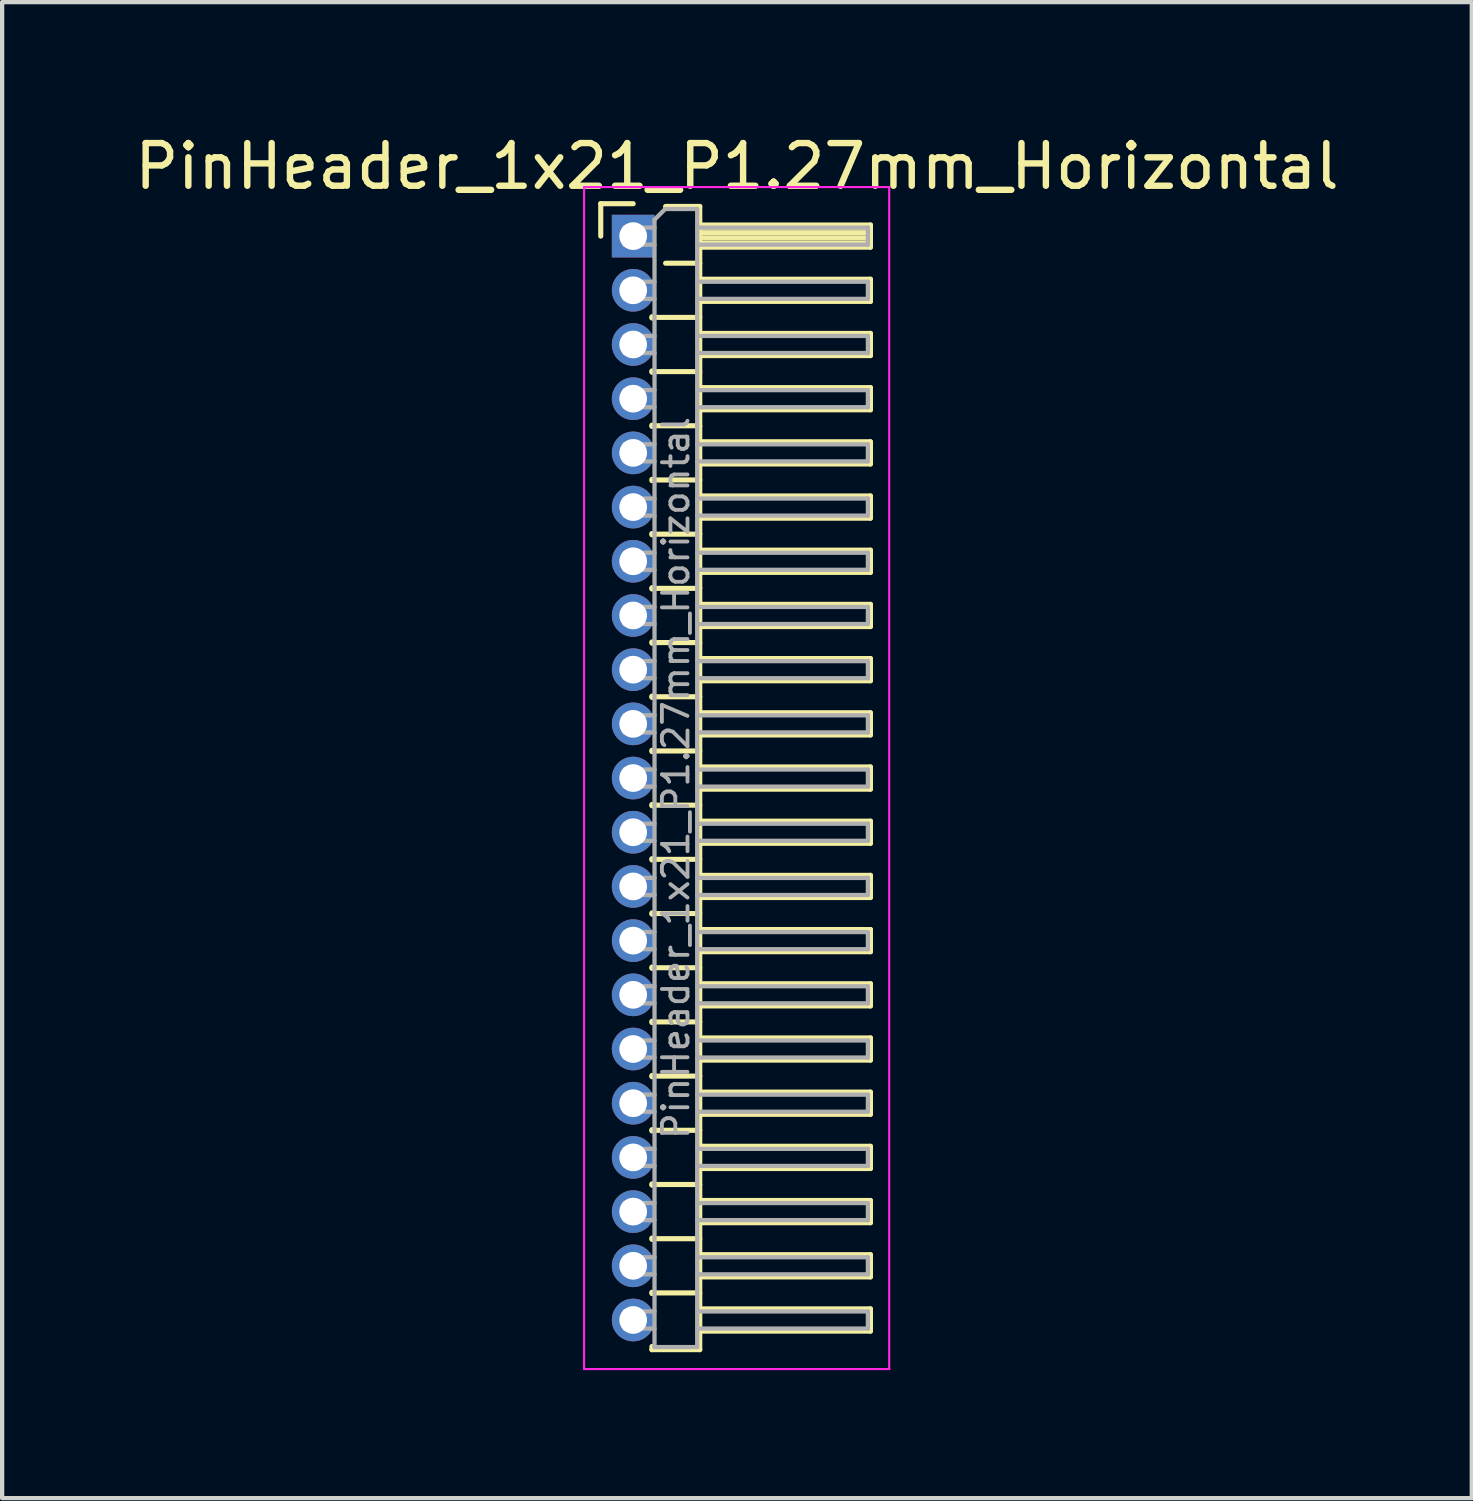
<source format=kicad_pcb>
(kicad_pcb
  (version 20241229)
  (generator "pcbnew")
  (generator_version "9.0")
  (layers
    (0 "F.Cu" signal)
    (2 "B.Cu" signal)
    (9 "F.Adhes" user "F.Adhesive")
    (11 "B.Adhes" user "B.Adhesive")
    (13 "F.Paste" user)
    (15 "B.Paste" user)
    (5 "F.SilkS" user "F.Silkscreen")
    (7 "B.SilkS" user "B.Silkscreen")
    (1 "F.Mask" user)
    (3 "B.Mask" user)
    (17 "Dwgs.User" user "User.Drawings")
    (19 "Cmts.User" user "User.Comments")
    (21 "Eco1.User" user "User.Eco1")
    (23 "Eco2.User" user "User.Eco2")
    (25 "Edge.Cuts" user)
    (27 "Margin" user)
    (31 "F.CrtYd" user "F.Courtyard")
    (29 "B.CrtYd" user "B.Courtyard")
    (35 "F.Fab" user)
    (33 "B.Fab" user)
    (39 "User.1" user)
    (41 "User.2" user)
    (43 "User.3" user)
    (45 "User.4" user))
  (footprint "PinHeader_1x21_P1.27mm_Horizontal"
    (layer "F.Cu")
    (at 11.788 2.483)
    (property "Reference" "PinHeader_1x21_P1.27mm_Horizontal" (at 2.433 -1.635 0) (layer "F.SilkS") (effects (font (size 1 1) (thickness 0.15))))
    (attr through_hole)
    (fp_line (start -0.76 -0.76) (end 0 -0.76) (stroke (width 0.12) (type solid)) (layer "F.SilkS"))
    (fp_line (start -0.76 0) (end -0.76 -0.76) (stroke (width 0.12) (type solid)) (layer "F.SilkS"))
    (fp_line (start 0.44 1.89) (end 0.44 1.92) (stroke (width 0.12) (type solid)) (layer "F.SilkS"))
    (fp_line (start 0.44 1.905) (end 1.56 1.905) (stroke (width 0.12) (type solid)) (layer "F.SilkS"))
    (fp_line (start 0.44 3.16) (end 0.44 3.19) (stroke (width 0.12) (type solid)) (layer "F.SilkS"))
    (fp_line (start 0.44 3.175) (end 1.56 3.175) (stroke (width 0.12) (type solid)) (layer "F.SilkS"))
    (fp_line (start 0.44 4.43) (end 0.44 4.46) (stroke (width 0.12) (type solid)) (layer "F.SilkS"))
    (fp_line (start 0.44 4.445) (end 1.56 4.445) (stroke (width 0.12) (type solid)) (layer "F.SilkS"))
    (fp_line (start 0.44 5.7) (end 0.44 5.73) (stroke (width 0.12) (type solid)) (layer "F.SilkS"))
    (fp_line (start 0.44 5.715) (end 1.56 5.715) (stroke (width 0.12) (type solid)) (layer "F.SilkS"))
    (fp_line (start 0.44 6.97) (end 0.44 7) (stroke (width 0.12) (type solid)) (layer "F.SilkS"))
    (fp_line (start 0.44 6.985) (end 1.56 6.985) (stroke (width 0.12) (type solid)) (layer "F.SilkS"))
    (fp_line (start 0.44 8.24) (end 0.44 8.27) (stroke (width 0.12) (type solid)) (layer "F.SilkS"))
    (fp_line (start 0.44 8.255) (end 1.56 8.255) (stroke (width 0.12) (type solid)) (layer "F.SilkS"))
    (fp_line (start 0.44 9.51) (end 0.44 9.54) (stroke (width 0.12) (type solid)) (layer "F.SilkS"))
    (fp_line (start 0.44 9.525) (end 1.56 9.525) (stroke (width 0.12) (type solid)) (layer "F.SilkS"))
    (fp_line (start 0.44 10.78) (end 0.44 10.81) (stroke (width 0.12) (type solid)) (layer "F.SilkS"))
    (fp_line (start 0.44 10.795) (end 1.56 10.795) (stroke (width 0.12) (type solid)) (layer "F.SilkS"))
    (fp_line (start 0.44 12.05) (end 0.44 12.08) (stroke (width 0.12) (type solid)) (layer "F.SilkS"))
    (fp_line (start 0.44 12.065) (end 1.56 12.065) (stroke (width 0.12) (type solid)) (layer "F.SilkS"))
    (fp_line (start 0.44 13.32) (end 0.44 13.35) (stroke (width 0.12) (type solid)) (layer "F.SilkS"))
    (fp_line (start 0.44 13.335) (end 1.56 13.335) (stroke (width 0.12) (type solid)) (layer "F.SilkS"))
    (fp_line (start 0.44 14.59) (end 0.44 14.62) (stroke (width 0.12) (type solid)) (layer "F.SilkS"))
    (fp_line (start 0.44 14.605) (end 1.56 14.605) (stroke (width 0.12) (type solid)) (layer "F.SilkS"))
    (fp_line (start 0.44 15.86) (end 0.44 15.89) (stroke (width 0.12) (type solid)) (layer "F.SilkS"))
    (fp_line (start 0.44 15.875) (end 1.56 15.875) (stroke (width 0.12) (type solid)) (layer "F.SilkS"))
    (fp_line (start 0.44 17.13) (end 0.44 17.16) (stroke (width 0.12) (type solid)) (layer "F.SilkS"))
    (fp_line (start 0.44 17.145) (end 1.56 17.145) (stroke (width 0.12) (type solid)) (layer "F.SilkS"))
    (fp_line (start 0.44 18.4) (end 0.44 18.43) (stroke (width 0.12) (type solid)) (layer "F.SilkS"))
    (fp_line (start 0.44 18.415) (end 1.56 18.415) (stroke (width 0.12) (type solid)) (layer "F.SilkS"))
    (fp_line (start 0.44 19.67) (end 0.44 19.7) (stroke (width 0.12) (type solid)) (layer "F.SilkS"))
    (fp_line (start 0.44 19.685) (end 1.56 19.685) (stroke (width 0.12) (type solid)) (layer "F.SilkS"))
    (fp_line (start 0.44 20.94) (end 0.44 20.97) (stroke (width 0.12) (type solid)) (layer "F.SilkS"))
    (fp_line (start 0.44 20.955) (end 1.56 20.955) (stroke (width 0.12) (type solid)) (layer "F.SilkS"))
    (fp_line (start 0.44 22.21) (end 0.44 22.24) (stroke (width 0.12) (type solid)) (layer "F.SilkS"))
    (fp_line (start 0.44 22.225) (end 1.56 22.225) (stroke (width 0.12) (type solid)) (layer "F.SilkS"))
    (fp_line (start 0.44 23.48) (end 0.44 23.51) (stroke (width 0.12) (type solid)) (layer "F.SilkS"))
    (fp_line (start 0.44 23.495) (end 1.56 23.495) (stroke (width 0.12) (type solid)) (layer "F.SilkS"))
    (fp_line (start 0.44 24.75) (end 0.44 24.78) (stroke (width 0.12) (type solid)) (layer "F.SilkS"))
    (fp_line (start 0.44 24.765) (end 1.56 24.765) (stroke (width 0.12) (type solid)) (layer "F.SilkS"))
    (fp_line (start 0.44 26.095) (end 0.44 26.02) (stroke (width 0.12) (type solid)) (layer "F.SilkS"))
    (fp_line (start 0.76 -0.695) (end 1.56 -0.695) (stroke (width 0.12) (type solid)) (layer "F.SilkS"))
    (fp_line (start 0.76 0.635) (end 1.56 0.635) (stroke (width 0.12) (type solid)) (layer "F.SilkS"))
    (fp_line (start 1.56 -0.695) (end 1.56 26.095) (stroke (width 0.12) (type solid)) (layer "F.SilkS"))
    (fp_line (start 1.56 -0.26) (end 5.56 -0.26) (stroke (width 0.12) (type solid)) (layer "F.SilkS"))
    (fp_line (start 1.56 -0.2) (end 5.56 -0.2) (stroke (width 0.12) (type solid)) (layer "F.SilkS"))
    (fp_line (start 1.56 -0.08) (end 5.56 -0.08) (stroke (width 0.12) (type solid)) (layer "F.SilkS"))
    (fp_line (start 1.56 0.04) (end 5.56 0.04) (stroke (width 0.12) (type solid)) (layer "F.SilkS"))
    (fp_line (start 1.56 0.16) (end 5.56 0.16) (stroke (width 0.12) (type solid)) (layer "F.SilkS"))
    (fp_line (start 1.56 1.01) (end 5.56 1.01) (stroke (width 0.12) (type solid)) (layer "F.SilkS"))
    (fp_line (start 1.56 2.28) (end 5.56 2.28) (stroke (width 0.12) (type solid)) (layer "F.SilkS"))
    (fp_line (start 1.56 3.55) (end 5.56 3.55) (stroke (width 0.12) (type solid)) (layer "F.SilkS"))
    (fp_line (start 1.56 4.82) (end 5.56 4.82) (stroke (width 0.12) (type solid)) (layer "F.SilkS"))
    (fp_line (start 1.56 6.09) (end 5.56 6.09) (stroke (width 0.12) (type solid)) (layer "F.SilkS"))
    (fp_line (start 1.56 7.36) (end 5.56 7.36) (stroke (width 0.12) (type solid)) (layer "F.SilkS"))
    (fp_line (start 1.56 8.63) (end 5.56 8.63) (stroke (width 0.12) (type solid)) (layer "F.SilkS"))
    (fp_line (start 1.56 9.9) (end 5.56 9.9) (stroke (width 0.12) (type solid)) (layer "F.SilkS"))
    (fp_line (start 1.56 11.17) (end 5.56 11.17) (stroke (width 0.12) (type solid)) (layer "F.SilkS"))
    (fp_line (start 1.56 12.44) (end 5.56 12.44) (stroke (width 0.12) (type solid)) (layer "F.SilkS"))
    (fp_line (start 1.56 13.71) (end 5.56 13.71) (stroke (width 0.12) (type solid)) (layer "F.SilkS"))
    (fp_line (start 1.56 14.98) (end 5.56 14.98) (stroke (width 0.12) (type solid)) (layer "F.SilkS"))
    (fp_line (start 1.56 16.25) (end 5.56 16.25) (stroke (width 0.12) (type solid)) (layer "F.SilkS"))
    (fp_line (start 1.56 17.52) (end 5.56 17.52) (stroke (width 0.12) (type solid)) (layer "F.SilkS"))
    (fp_line (start 1.56 18.79) (end 5.56 18.79) (stroke (width 0.12) (type solid)) (layer "F.SilkS"))
    (fp_line (start 1.56 20.06) (end 5.56 20.06) (stroke (width 0.12) (type solid)) (layer "F.SilkS"))
    (fp_line (start 1.56 21.33) (end 5.56 21.33) (stroke (width 0.12) (type solid)) (layer "F.SilkS"))
    (fp_line (start 1.56 22.6) (end 5.56 22.6) (stroke (width 0.12) (type solid)) (layer "F.SilkS"))
    (fp_line (start 1.56 23.87) (end 5.56 23.87) (stroke (width 0.12) (type solid)) (layer "F.SilkS"))
    (fp_line (start 1.56 25.14) (end 5.56 25.14) (stroke (width 0.12) (type solid)) (layer "F.SilkS"))
    (fp_line (start 1.56 26.095) (end 0.44 26.095) (stroke (width 0.12) (type solid)) (layer "F.SilkS"))
    (fp_line (start 5.56 -0.26) (end 5.56 0.26) (stroke (width 0.12) (type solid)) (layer "F.SilkS"))
    (fp_line (start 5.56 0.26) (end 1.56 0.26) (stroke (width 0.12) (type solid)) (layer "F.SilkS"))
    (fp_line (start 5.56 1.01) (end 5.56 1.53) (stroke (width 0.12) (type solid)) (layer "F.SilkS"))
    (fp_line (start 5.56 1.53) (end 1.56 1.53) (stroke (width 0.12) (type solid)) (layer "F.SilkS"))
    (fp_line (start 5.56 2.28) (end 5.56 2.8) (stroke (width 0.12) (type solid)) (layer "F.SilkS"))
    (fp_line (start 5.56 2.8) (end 1.56 2.8) (stroke (width 0.12) (type solid)) (layer "F.SilkS"))
    (fp_line (start 5.56 3.55) (end 5.56 4.07) (stroke (width 0.12) (type solid)) (layer "F.SilkS"))
    (fp_line (start 5.56 4.07) (end 1.56 4.07) (stroke (width 0.12) (type solid)) (layer "F.SilkS"))
    (fp_line (start 5.56 4.82) (end 5.56 5.34) (stroke (width 0.12) (type solid)) (layer "F.SilkS"))
    (fp_line (start 5.56 5.34) (end 1.56 5.34) (stroke (width 0.12) (type solid)) (layer "F.SilkS"))
    (fp_line (start 5.56 6.09) (end 5.56 6.61) (stroke (width 0.12) (type solid)) (layer "F.SilkS"))
    (fp_line (start 5.56 6.61) (end 1.56 6.61) (stroke (width 0.12) (type solid)) (layer "F.SilkS"))
    (fp_line (start 5.56 7.36) (end 5.56 7.88) (stroke (width 0.12) (type solid)) (layer "F.SilkS"))
    (fp_line (start 5.56 7.88) (end 1.56 7.88) (stroke (width 0.12) (type solid)) (layer "F.SilkS"))
    (fp_line (start 5.56 8.63) (end 5.56 9.15) (stroke (width 0.12) (type solid)) (layer "F.SilkS"))
    (fp_line (start 5.56 9.15) (end 1.56 9.15) (stroke (width 0.12) (type solid)) (layer "F.SilkS"))
    (fp_line (start 5.56 9.9) (end 5.56 10.42) (stroke (width 0.12) (type solid)) (layer "F.SilkS"))
    (fp_line (start 5.56 10.42) (end 1.56 10.42) (stroke (width 0.12) (type solid)) (layer "F.SilkS"))
    (fp_line (start 5.56 11.17) (end 5.56 11.69) (stroke (width 0.12) (type solid)) (layer "F.SilkS"))
    (fp_line (start 5.56 11.69) (end 1.56 11.69) (stroke (width 0.12) (type solid)) (layer "F.SilkS"))
    (fp_line (start 5.56 12.44) (end 5.56 12.96) (stroke (width 0.12) (type solid)) (layer "F.SilkS"))
    (fp_line (start 5.56 12.96) (end 1.56 12.96) (stroke (width 0.12) (type solid)) (layer "F.SilkS"))
    (fp_line (start 5.56 13.71) (end 5.56 14.23) (stroke (width 0.12) (type solid)) (layer "F.SilkS"))
    (fp_line (start 5.56 14.23) (end 1.56 14.23) (stroke (width 0.12) (type solid)) (layer "F.SilkS"))
    (fp_line (start 5.56 14.98) (end 5.56 15.5) (stroke (width 0.12) (type solid)) (layer "F.SilkS"))
    (fp_line (start 5.56 15.5) (end 1.56 15.5) (stroke (width 0.12) (type solid)) (layer "F.SilkS"))
    (fp_line (start 5.56 16.25) (end 5.56 16.77) (stroke (width 0.12) (type solid)) (layer "F.SilkS"))
    (fp_line (start 5.56 16.77) (end 1.56 16.77) (stroke (width 0.12) (type solid)) (layer "F.SilkS"))
    (fp_line (start 5.56 17.52) (end 5.56 18.04) (stroke (width 0.12) (type solid)) (layer "F.SilkS"))
    (fp_line (start 5.56 18.04) (end 1.56 18.04) (stroke (width 0.12) (type solid)) (layer "F.SilkS"))
    (fp_line (start 5.56 18.79) (end 5.56 19.31) (stroke (width 0.12) (type solid)) (layer "F.SilkS"))
    (fp_line (start 5.56 19.31) (end 1.56 19.31) (stroke (width 0.12) (type solid)) (layer "F.SilkS"))
    (fp_line (start 5.56 20.06) (end 5.56 20.58) (stroke (width 0.12) (type solid)) (layer "F.SilkS"))
    (fp_line (start 5.56 20.58) (end 1.56 20.58) (stroke (width 0.12) (type solid)) (layer "F.SilkS"))
    (fp_line (start 5.56 21.33) (end 5.56 21.85) (stroke (width 0.12) (type solid)) (layer "F.SilkS"))
    (fp_line (start 5.56 21.85) (end 1.56 21.85) (stroke (width 0.12) (type solid)) (layer "F.SilkS"))
    (fp_line (start 5.56 22.6) (end 5.56 23.12) (stroke (width 0.12) (type solid)) (layer "F.SilkS"))
    (fp_line (start 5.56 23.12) (end 1.56 23.12) (stroke (width 0.12) (type solid)) (layer "F.SilkS"))
    (fp_line (start 5.56 23.87) (end 5.56 24.39) (stroke (width 0.12) (type solid)) (layer "F.SilkS"))
    (fp_line (start 5.56 24.39) (end 1.56 24.39) (stroke (width 0.12) (type solid)) (layer "F.SilkS"))
    (fp_line (start 5.56 25.14) (end 5.56 25.66) (stroke (width 0.12) (type solid)) (layer "F.SilkS"))
    (fp_line (start 5.56 25.66) (end 1.56 25.66) (stroke (width 0.12) (type solid)) (layer "F.SilkS"))
    (fp_line (start -1.15 -1.15) (end -1.15 26.55) (stroke (width 0.05) (type solid)) (layer "F.CrtYd"))
    (fp_line (start -1.15 26.55) (end 6 26.55) (stroke (width 0.05) (type solid)) (layer "F.CrtYd"))
    (fp_line (start 6 -1.15) (end -1.15 -1.15) (stroke (width 0.05) (type solid)) (layer "F.CrtYd"))
    (fp_line (start 6 26.55) (end 6 -1.15) (stroke (width 0.05) (type solid)) (layer "F.CrtYd"))
    (fp_line (start -0.2 -0.2) (end -0.2 0.2) (stroke (width 0.1) (type solid)) (layer "F.Fab"))
    (fp_line (start -0.2 -0.2) (end 0.5 -0.2) (stroke (width 0.1) (type solid)) (layer "F.Fab"))
    (fp_line (start -0.2 0.2) (end 0.5 0.2) (stroke (width 0.1) (type solid)) (layer "F.Fab"))
    (fp_line (start -0.2 1.07) (end -0.2 1.47) (stroke (width 0.1) (type solid)) (layer "F.Fab"))
    (fp_line (start -0.2 1.07) (end 0.5 1.07) (stroke (width 0.1) (type solid)) (layer "F.Fab"))
    (fp_line (start -0.2 1.47) (end 0.5 1.47) (stroke (width 0.1) (type solid)) (layer "F.Fab"))
    (fp_line (start -0.2 2.34) (end -0.2 2.74) (stroke (width 0.1) (type solid)) (layer "F.Fab"))
    (fp_line (start -0.2 2.34) (end 0.5 2.34) (stroke (width 0.1) (type solid)) (layer "F.Fab"))
    (fp_line (start -0.2 2.74) (end 0.5 2.74) (stroke (width 0.1) (type solid)) (layer "F.Fab"))
    (fp_line (start -0.2 3.61) (end -0.2 4.01) (stroke (width 0.1) (type solid)) (layer "F.Fab"))
    (fp_line (start -0.2 3.61) (end 0.5 3.61) (stroke (width 0.1) (type solid)) (layer "F.Fab"))
    (fp_line (start -0.2 4.01) (end 0.5 4.01) (stroke (width 0.1) (type solid)) (layer "F.Fab"))
    (fp_line (start -0.2 4.88) (end -0.2 5.28) (stroke (width 0.1) (type solid)) (layer "F.Fab"))
    (fp_line (start -0.2 4.88) (end 0.5 4.88) (stroke (width 0.1) (type solid)) (layer "F.Fab"))
    (fp_line (start -0.2 5.28) (end 0.5 5.28) (stroke (width 0.1) (type solid)) (layer "F.Fab"))
    (fp_line (start -0.2 6.15) (end -0.2 6.55) (stroke (width 0.1) (type solid)) (layer "F.Fab"))
    (fp_line (start -0.2 6.15) (end 0.5 6.15) (stroke (width 0.1) (type solid)) (layer "F.Fab"))
    (fp_line (start -0.2 6.55) (end 0.5 6.55) (stroke (width 0.1) (type solid)) (layer "F.Fab"))
    (fp_line (start -0.2 7.42) (end -0.2 7.82) (stroke (width 0.1) (type solid)) (layer "F.Fab"))
    (fp_line (start -0.2 7.42) (end 0.5 7.42) (stroke (width 0.1) (type solid)) (layer "F.Fab"))
    (fp_line (start -0.2 7.82) (end 0.5 7.82) (stroke (width 0.1) (type solid)) (layer "F.Fab"))
    (fp_line (start -0.2 8.69) (end -0.2 9.09) (stroke (width 0.1) (type solid)) (layer "F.Fab"))
    (fp_line (start -0.2 8.69) (end 0.5 8.69) (stroke (width 0.1) (type solid)) (layer "F.Fab"))
    (fp_line (start -0.2 9.09) (end 0.5 9.09) (stroke (width 0.1) (type solid)) (layer "F.Fab"))
    (fp_line (start -0.2 9.96) (end -0.2 10.36) (stroke (width 0.1) (type solid)) (layer "F.Fab"))
    (fp_line (start -0.2 9.96) (end 0.5 9.96) (stroke (width 0.1) (type solid)) (layer "F.Fab"))
    (fp_line (start -0.2 10.36) (end 0.5 10.36) (stroke (width 0.1) (type solid)) (layer "F.Fab"))
    (fp_line (start -0.2 11.23) (end -0.2 11.63) (stroke (width 0.1) (type solid)) (layer "F.Fab"))
    (fp_line (start -0.2 11.23) (end 0.5 11.23) (stroke (width 0.1) (type solid)) (layer "F.Fab"))
    (fp_line (start -0.2 11.63) (end 0.5 11.63) (stroke (width 0.1) (type solid)) (layer "F.Fab"))
    (fp_line (start -0.2 12.5) (end -0.2 12.9) (stroke (width 0.1) (type solid)) (layer "F.Fab"))
    (fp_line (start -0.2 12.5) (end 0.5 12.5) (stroke (width 0.1) (type solid)) (layer "F.Fab"))
    (fp_line (start -0.2 12.9) (end 0.5 12.9) (stroke (width 0.1) (type solid)) (layer "F.Fab"))
    (fp_line (start -0.2 13.77) (end -0.2 14.17) (stroke (width 0.1) (type solid)) (layer "F.Fab"))
    (fp_line (start -0.2 13.77) (end 0.5 13.77) (stroke (width 0.1) (type solid)) (layer "F.Fab"))
    (fp_line (start -0.2 14.17) (end 0.5 14.17) (stroke (width 0.1) (type solid)) (layer "F.Fab"))
    (fp_line (start -0.2 15.04) (end -0.2 15.44) (stroke (width 0.1) (type solid)) (layer "F.Fab"))
    (fp_line (start -0.2 15.04) (end 0.5 15.04) (stroke (width 0.1) (type solid)) (layer "F.Fab"))
    (fp_line (start -0.2 15.44) (end 0.5 15.44) (stroke (width 0.1) (type solid)) (layer "F.Fab"))
    (fp_line (start -0.2 16.31) (end -0.2 16.71) (stroke (width 0.1) (type solid)) (layer "F.Fab"))
    (fp_line (start -0.2 16.31) (end 0.5 16.31) (stroke (width 0.1) (type solid)) (layer "F.Fab"))
    (fp_line (start -0.2 16.71) (end 0.5 16.71) (stroke (width 0.1) (type solid)) (layer "F.Fab"))
    (fp_line (start -0.2 17.58) (end -0.2 17.98) (stroke (width 0.1) (type solid)) (layer "F.Fab"))
    (fp_line (start -0.2 17.58) (end 0.5 17.58) (stroke (width 0.1) (type solid)) (layer "F.Fab"))
    (fp_line (start -0.2 17.98) (end 0.5 17.98) (stroke (width 0.1) (type solid)) (layer "F.Fab"))
    (fp_line (start -0.2 18.85) (end -0.2 19.25) (stroke (width 0.1) (type solid)) (layer "F.Fab"))
    (fp_line (start -0.2 18.85) (end 0.5 18.85) (stroke (width 0.1) (type solid)) (layer "F.Fab"))
    (fp_line (start -0.2 19.25) (end 0.5 19.25) (stroke (width 0.1) (type solid)) (layer "F.Fab"))
    (fp_line (start -0.2 20.12) (end -0.2 20.52) (stroke (width 0.1) (type solid)) (layer "F.Fab"))
    (fp_line (start -0.2 20.12) (end 0.5 20.12) (stroke (width 0.1) (type solid)) (layer "F.Fab"))
    (fp_line (start -0.2 20.52) (end 0.5 20.52) (stroke (width 0.1) (type solid)) (layer "F.Fab"))
    (fp_line (start -0.2 21.39) (end -0.2 21.79) (stroke (width 0.1) (type solid)) (layer "F.Fab"))
    (fp_line (start -0.2 21.39) (end 0.5 21.39) (stroke (width 0.1) (type solid)) (layer "F.Fab"))
    (fp_line (start -0.2 21.79) (end 0.5 21.79) (stroke (width 0.1) (type solid)) (layer "F.Fab"))
    (fp_line (start -0.2 22.66) (end -0.2 23.06) (stroke (width 0.1) (type solid)) (layer "F.Fab"))
    (fp_line (start -0.2 22.66) (end 0.5 22.66) (stroke (width 0.1) (type solid)) (layer "F.Fab"))
    (fp_line (start -0.2 23.06) (end 0.5 23.06) (stroke (width 0.1) (type solid)) (layer "F.Fab"))
    (fp_line (start -0.2 23.93) (end -0.2 24.33) (stroke (width 0.1) (type solid)) (layer "F.Fab"))
    (fp_line (start -0.2 23.93) (end 0.5 23.93) (stroke (width 0.1) (type solid)) (layer "F.Fab"))
    (fp_line (start -0.2 24.33) (end 0.5 24.33) (stroke (width 0.1) (type solid)) (layer "F.Fab"))
    (fp_line (start -0.2 25.2) (end -0.2 25.6) (stroke (width 0.1) (type solid)) (layer "F.Fab"))
    (fp_line (start -0.2 25.2) (end 0.5 25.2) (stroke (width 0.1) (type solid)) (layer "F.Fab"))
    (fp_line (start -0.2 25.6) (end 0.5 25.6) (stroke (width 0.1) (type solid)) (layer "F.Fab"))
    (fp_line (start 0.5 -0.385) (end 0.75 -0.635) (stroke (width 0.1) (type solid)) (layer "F.Fab"))
    (fp_line (start 0.5 26.035) (end 0.5 -0.385) (stroke (width 0.1) (type solid)) (layer "F.Fab"))
    (fp_line (start 0.75 -0.635) (end 1.5 -0.635) (stroke (width 0.1) (type solid)) (layer "F.Fab"))
    (fp_line (start 1.5 -0.635) (end 1.5 26.035) (stroke (width 0.1) (type solid)) (layer "F.Fab"))
    (fp_line (start 1.5 -0.2) (end 5.5 -0.2) (stroke (width 0.1) (type solid)) (layer "F.Fab"))
    (fp_line (start 1.5 0.2) (end 5.5 0.2) (stroke (width 0.1) (type solid)) (layer "F.Fab"))
    (fp_line (start 1.5 1.07) (end 5.5 1.07) (stroke (width 0.1) (type solid)) (layer "F.Fab"))
    (fp_line (start 1.5 1.47) (end 5.5 1.47) (stroke (width 0.1) (type solid)) (layer "F.Fab"))
    (fp_line (start 1.5 2.34) (end 5.5 2.34) (stroke (width 0.1) (type solid)) (layer "F.Fab"))
    (fp_line (start 1.5 2.74) (end 5.5 2.74) (stroke (width 0.1) (type solid)) (layer "F.Fab"))
    (fp_line (start 1.5 3.61) (end 5.5 3.61) (stroke (width 0.1) (type solid)) (layer "F.Fab"))
    (fp_line (start 1.5 4.01) (end 5.5 4.01) (stroke (width 0.1) (type solid)) (layer "F.Fab"))
    (fp_line (start 1.5 4.88) (end 5.5 4.88) (stroke (width 0.1) (type solid)) (layer "F.Fab"))
    (fp_line (start 1.5 5.28) (end 5.5 5.28) (stroke (width 0.1) (type solid)) (layer "F.Fab"))
    (fp_line (start 1.5 6.15) (end 5.5 6.15) (stroke (width 0.1) (type solid)) (layer "F.Fab"))
    (fp_line (start 1.5 6.55) (end 5.5 6.55) (stroke (width 0.1) (type solid)) (layer "F.Fab"))
    (fp_line (start 1.5 7.42) (end 5.5 7.42) (stroke (width 0.1) (type solid)) (layer "F.Fab"))
    (fp_line (start 1.5 7.82) (end 5.5 7.82) (stroke (width 0.1) (type solid)) (layer "F.Fab"))
    (fp_line (start 1.5 8.69) (end 5.5 8.69) (stroke (width 0.1) (type solid)) (layer "F.Fab"))
    (fp_line (start 1.5 9.09) (end 5.5 9.09) (stroke (width 0.1) (type solid)) (layer "F.Fab"))
    (fp_line (start 1.5 9.96) (end 5.5 9.96) (stroke (width 0.1) (type solid)) (layer "F.Fab"))
    (fp_line (start 1.5 10.36) (end 5.5 10.36) (stroke (width 0.1) (type solid)) (layer "F.Fab"))
    (fp_line (start 1.5 11.23) (end 5.5 11.23) (stroke (width 0.1) (type solid)) (layer "F.Fab"))
    (fp_line (start 1.5 11.63) (end 5.5 11.63) (stroke (width 0.1) (type solid)) (layer "F.Fab"))
    (fp_line (start 1.5 12.5) (end 5.5 12.5) (stroke (width 0.1) (type solid)) (layer "F.Fab"))
    (fp_line (start 1.5 12.9) (end 5.5 12.9) (stroke (width 0.1) (type solid)) (layer "F.Fab"))
    (fp_line (start 1.5 13.77) (end 5.5 13.77) (stroke (width 0.1) (type solid)) (layer "F.Fab"))
    (fp_line (start 1.5 14.17) (end 5.5 14.17) (stroke (width 0.1) (type solid)) (layer "F.Fab"))
    (fp_line (start 1.5 15.04) (end 5.5 15.04) (stroke (width 0.1) (type solid)) (layer "F.Fab"))
    (fp_line (start 1.5 15.44) (end 5.5 15.44) (stroke (width 0.1) (type solid)) (layer "F.Fab"))
    (fp_line (start 1.5 16.31) (end 5.5 16.31) (stroke (width 0.1) (type solid)) (layer "F.Fab"))
    (fp_line (start 1.5 16.71) (end 5.5 16.71) (stroke (width 0.1) (type solid)) (layer "F.Fab"))
    (fp_line (start 1.5 17.58) (end 5.5 17.58) (stroke (width 0.1) (type solid)) (layer "F.Fab"))
    (fp_line (start 1.5 17.98) (end 5.5 17.98) (stroke (width 0.1) (type solid)) (layer "F.Fab"))
    (fp_line (start 1.5 18.85) (end 5.5 18.85) (stroke (width 0.1) (type solid)) (layer "F.Fab"))
    (fp_line (start 1.5 19.25) (end 5.5 19.25) (stroke (width 0.1) (type solid)) (layer "F.Fab"))
    (fp_line (start 1.5 20.12) (end 5.5 20.12) (stroke (width 0.1) (type solid)) (layer "F.Fab"))
    (fp_line (start 1.5 20.52) (end 5.5 20.52) (stroke (width 0.1) (type solid)) (layer "F.Fab"))
    (fp_line (start 1.5 21.39) (end 5.5 21.39) (stroke (width 0.1) (type solid)) (layer "F.Fab"))
    (fp_line (start 1.5 21.79) (end 5.5 21.79) (stroke (width 0.1) (type solid)) (layer "F.Fab"))
    (fp_line (start 1.5 22.66) (end 5.5 22.66) (stroke (width 0.1) (type solid)) (layer "F.Fab"))
    (fp_line (start 1.5 23.06) (end 5.5 23.06) (stroke (width 0.1) (type solid)) (layer "F.Fab"))
    (fp_line (start 1.5 23.93) (end 5.5 23.93) (stroke (width 0.1) (type solid)) (layer "F.Fab"))
    (fp_line (start 1.5 24.33) (end 5.5 24.33) (stroke (width 0.1) (type solid)) (layer "F.Fab"))
    (fp_line (start 1.5 25.2) (end 5.5 25.2) (stroke (width 0.1) (type solid)) (layer "F.Fab"))
    (fp_line (start 1.5 25.6) (end 5.5 25.6) (stroke (width 0.1) (type solid)) (layer "F.Fab"))
    (fp_line (start 1.5 26.035) (end 0.5 26.035) (stroke (width 0.1) (type solid)) (layer "F.Fab"))
    (fp_line (start 5.5 -0.2) (end 5.5 0.2) (stroke (width 0.1) (type solid)) (layer "F.Fab"))
    (fp_line (start 5.5 1.07) (end 5.5 1.47) (stroke (width 0.1) (type solid)) (layer "F.Fab"))
    (fp_line (start 5.5 2.34) (end 5.5 2.74) (stroke (width 0.1) (type solid)) (layer "F.Fab"))
    (fp_line (start 5.5 3.61) (end 5.5 4.01) (stroke (width 0.1) (type solid)) (layer "F.Fab"))
    (fp_line (start 5.5 4.88) (end 5.5 5.28) (stroke (width 0.1) (type solid)) (layer "F.Fab"))
    (fp_line (start 5.5 6.15) (end 5.5 6.55) (stroke (width 0.1) (type solid)) (layer "F.Fab"))
    (fp_line (start 5.5 7.42) (end 5.5 7.82) (stroke (width 0.1) (type solid)) (layer "F.Fab"))
    (fp_line (start 5.5 8.69) (end 5.5 9.09) (stroke (width 0.1) (type solid)) (layer "F.Fab"))
    (fp_line (start 5.5 9.96) (end 5.5 10.36) (stroke (width 0.1) (type solid)) (layer "F.Fab"))
    (fp_line (start 5.5 11.23) (end 5.5 11.63) (stroke (width 0.1) (type solid)) (layer "F.Fab"))
    (fp_line (start 5.5 12.5) (end 5.5 12.9) (stroke (width 0.1) (type solid)) (layer "F.Fab"))
    (fp_line (start 5.5 13.77) (end 5.5 14.17) (stroke (width 0.1) (type solid)) (layer "F.Fab"))
    (fp_line (start 5.5 15.04) (end 5.5 15.44) (stroke (width 0.1) (type solid)) (layer "F.Fab"))
    (fp_line (start 5.5 16.31) (end 5.5 16.71) (stroke (width 0.1) (type solid)) (layer "F.Fab"))
    (fp_line (start 5.5 17.58) (end 5.5 17.98) (stroke (width 0.1) (type solid)) (layer "F.Fab"))
    (fp_line (start 5.5 18.85) (end 5.5 19.25) (stroke (width 0.1) (type solid)) (layer "F.Fab"))
    (fp_line (start 5.5 20.12) (end 5.5 20.52) (stroke (width 0.1) (type solid)) (layer "F.Fab"))
    (fp_line (start 5.5 21.39) (end 5.5 21.79) (stroke (width 0.1) (type solid)) (layer "F.Fab"))
    (fp_line (start 5.5 22.66) (end 5.5 23.06) (stroke (width 0.1) (type solid)) (layer "F.Fab"))
    (fp_line (start 5.5 23.93) (end 5.5 24.33) (stroke (width 0.1) (type solid)) (layer "F.Fab"))
    (fp_line (start 5.5 25.2) (end 5.5 25.6) (stroke (width 0.1) (type solid)) (layer "F.Fab"))
    (fp_text user "${REFERENCE}" (at 1 12.7 90) (layer "F.Fab") (effects (font (size 0.6 0.6) (thickness 0.09))))
    (pad "1" thru_hole rect (at 0 0) (size 1 1) (drill 0.65) (layers "*.Cu" "*.Mask"))
    (pad "2" thru_hole oval (at 0 1.27) (size 1 1) (drill 0.65) (layers "*.Cu" "*.Mask"))
    (pad "3" thru_hole oval (at 0 2.54) (size 1 1) (drill 0.65) (layers "*.Cu" "*.Mask"))
    (pad "4" thru_hole oval (at 0 3.81) (size 1 1) (drill 0.65) (layers "*.Cu" "*.Mask"))
    (pad "5" thru_hole oval (at 0 5.08) (size 1 1) (drill 0.65) (layers "*.Cu" "*.Mask"))
    (pad "6" thru_hole oval (at 0 6.35) (size 1 1) (drill 0.65) (layers "*.Cu" "*.Mask"))
    (pad "7" thru_hole oval (at 0 7.62) (size 1 1) (drill 0.65) (layers "*.Cu" "*.Mask"))
    (pad "8" thru_hole oval (at 0 8.89) (size 1 1) (drill 0.65) (layers "*.Cu" "*.Mask"))
    (pad "9" thru_hole oval (at 0 10.16) (size 1 1) (drill 0.65) (layers "*.Cu" "*.Mask"))
    (pad "10" thru_hole oval (at 0 11.43) (size 1 1) (drill 0.65) (layers "*.Cu" "*.Mask"))
    (pad "11" thru_hole oval (at 0 12.7) (size 1 1) (drill 0.65) (layers "*.Cu" "*.Mask"))
    (pad "12" thru_hole oval (at 0 13.97) (size 1 1) (drill 0.65) (layers "*.Cu" "*.Mask"))
    (pad "13" thru_hole oval (at 0 15.24) (size 1 1) (drill 0.65) (layers "*.Cu" "*.Mask"))
    (pad "14" thru_hole oval (at 0 16.51) (size 1 1) (drill 0.65) (layers "*.Cu" "*.Mask"))
    (pad "15" thru_hole oval (at 0 17.78) (size 1 1) (drill 0.65) (layers "*.Cu" "*.Mask"))
    (pad "16" thru_hole oval (at 0 19.05) (size 1 1) (drill 0.65) (layers "*.Cu" "*.Mask"))
    (pad "17" thru_hole oval (at 0 20.32) (size 1 1) (drill 0.65) (layers "*.Cu" "*.Mask"))
    (pad "18" thru_hole oval (at 0 21.59) (size 1 1) (drill 0.65) (layers "*.Cu" "*.Mask"))
    (pad "19" thru_hole oval (at 0 22.86) (size 1 1) (drill 0.65) (layers "*.Cu" "*.Mask"))
    (pad "20" thru_hole oval (at 0 24.13) (size 1 1) (drill 0.65) (layers "*.Cu" "*.Mask"))
    (pad "21" thru_hole oval (at 0 25.4) (size 1 1) (drill 0.65) (layers "*.Cu" "*.Mask")))
  (gr_rect
    (start -3 -3)
    (end 31.44 32.058)
    (stroke (width 0.1) (type default))
    (fill no)
    (layer "Edge.Cuts")))
</source>
